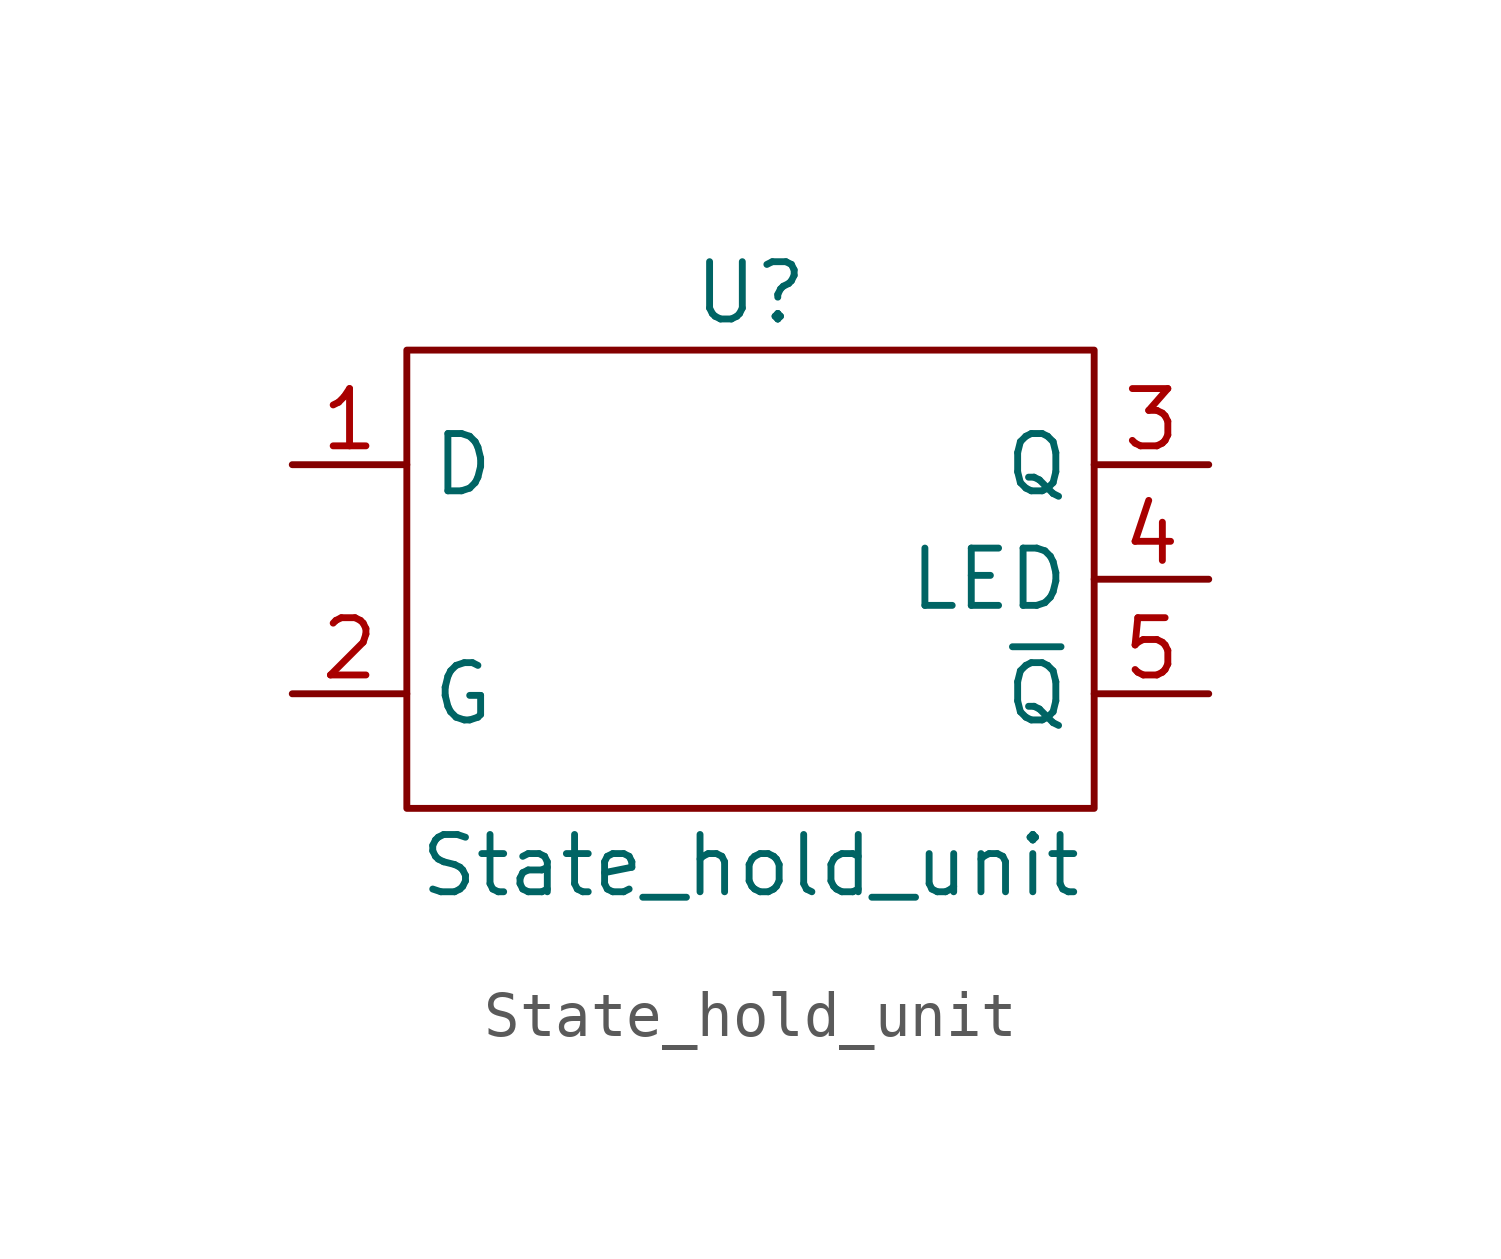
<source format=kicad_sym>
(kicad_symbol_lib
  (version 20211014)
  (generator kicad_symbol_editor)
  (symbol "State_hold_unit"
    (property "Reference" "U"
      (at 0 0 0)
      (effects (font (size 1.27 1.27))))
    (property "Value" "State_hold_unit"
      (at 0 -12.7 0)
      (effects (font (size 1.27 1.27))))
    (symbol "State_hold_unit_0_1"
      (rectangle (start -7.62 -1.27) (end 7.62 -11.43) (stroke (width 0) (type default) (color 0 0 0 0)) (fill (type none))))
    (symbol "State_hold_unit_1_1"
      (pin input line (at -10.16 -3.81 0) (length 2.54) (name "D" (effects (font (size 1.27 1.27)))) (number "1" (effects (font (size 1.27 1.27)))))
      (pin input line (at -10.16 -8.89 0) (length 2.54) (name "G" (effects (font (size 1.27 1.27)))) (number "2" (effects (font (size 1.27 1.27)))))
      (pin output line (at 10.16 -3.81 180) (length 2.54) (name "Q" (effects (font (size 1.27 1.27)))) (number "3" (effects (font (size 1.27 1.27)))))
      (pin input line (at 10.16 -6.35 180) (length 2.54) (name "LED" (effects (font (size 1.27 1.27)))) (number "4" (effects (font (size 1.27 1.27)))))
      (pin output line (at 10.16 -8.89 180) (length 2.54) (name "~{Q}" (effects (font (size 1.27 1.27)))) (number "5" (effects (font (size 1.27 1.27))))))))
</source>
